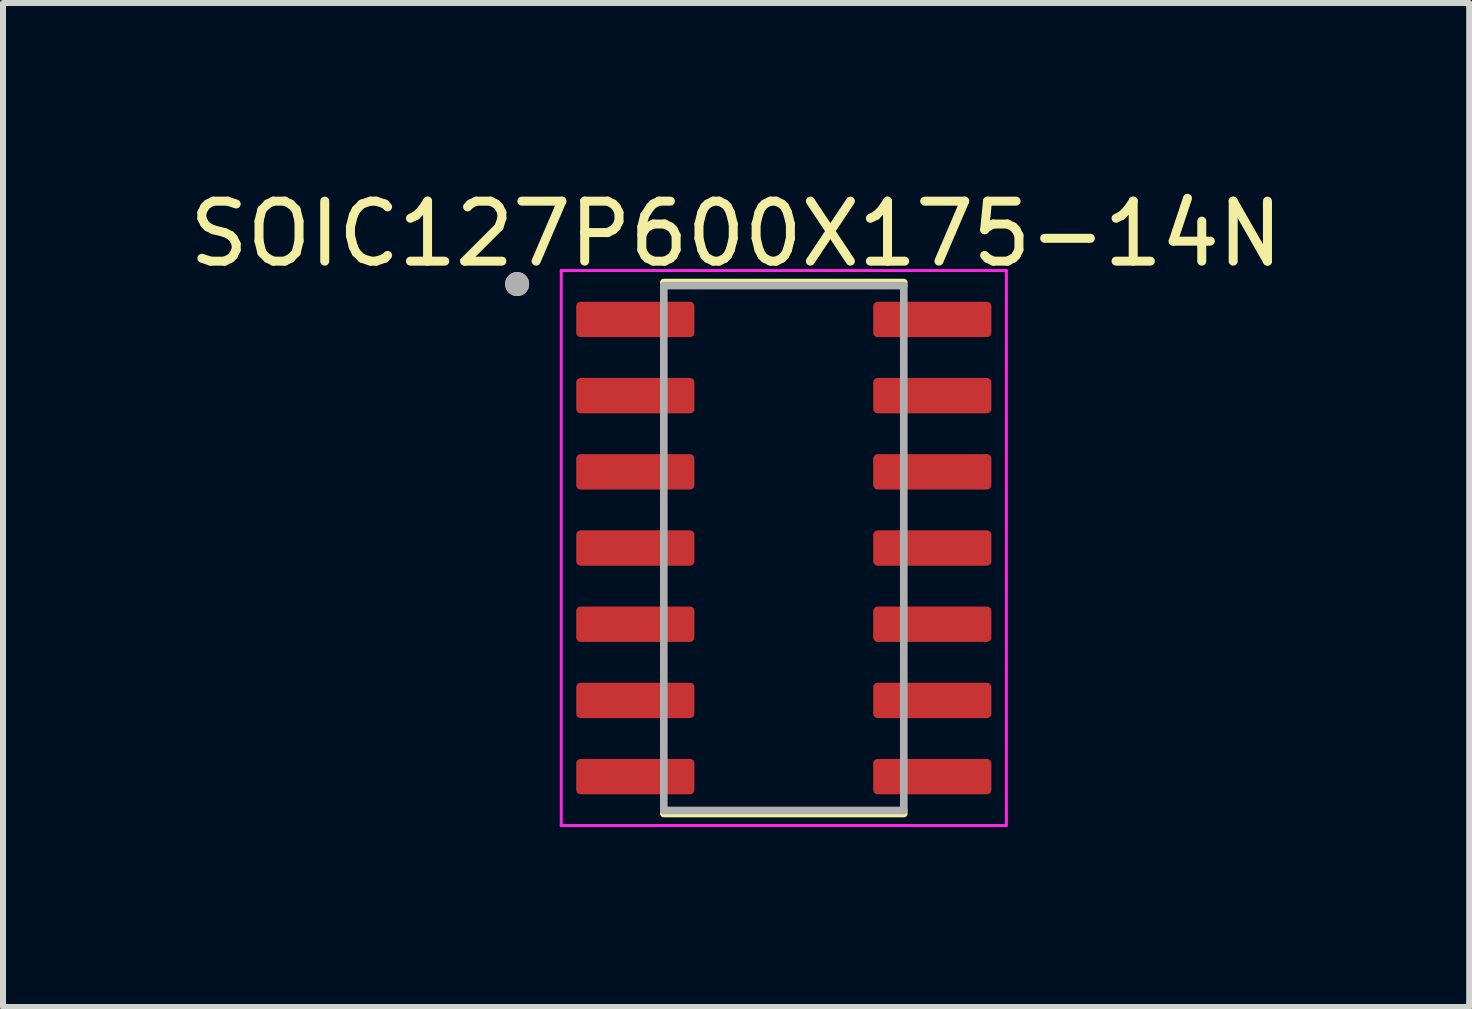
<source format=kicad_pcb>
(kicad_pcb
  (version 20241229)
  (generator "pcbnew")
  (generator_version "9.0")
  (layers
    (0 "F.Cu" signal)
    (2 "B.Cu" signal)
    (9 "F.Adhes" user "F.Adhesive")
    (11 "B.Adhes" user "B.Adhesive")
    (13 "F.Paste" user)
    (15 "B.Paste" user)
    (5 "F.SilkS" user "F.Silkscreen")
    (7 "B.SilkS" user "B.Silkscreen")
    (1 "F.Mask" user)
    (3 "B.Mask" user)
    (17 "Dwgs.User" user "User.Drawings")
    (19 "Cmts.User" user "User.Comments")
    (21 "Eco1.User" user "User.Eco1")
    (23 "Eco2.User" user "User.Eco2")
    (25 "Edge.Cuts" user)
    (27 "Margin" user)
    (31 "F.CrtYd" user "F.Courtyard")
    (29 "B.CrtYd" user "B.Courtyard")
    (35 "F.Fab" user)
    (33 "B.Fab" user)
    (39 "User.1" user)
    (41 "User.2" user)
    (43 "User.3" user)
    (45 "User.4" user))
  (footprint "SOIC127P600X175-14N"
    (layer "F.Cu")
    (at 10.015 6.085)
    (property "Reference" "SOIC127P600X175-14N" (at -0.795 -5.237 0) (layer "F.SilkS") (effects (font (size 1 1) (thickness 0.15))))
    (attr smd)
    (fp_line (start -2 -4.425) (end 2 -4.425) (stroke (width 0.127) (type solid)) (layer "F.SilkS"))
    (fp_line (start -2 4.425) (end 2 4.425) (stroke (width 0.127) (type solid)) (layer "F.SilkS"))
    (fp_circle (center -4.445 -4.4) (end -4.345 -4.4) (stroke (width 0.2) (type solid)) (fill no) (layer "F.SilkS"))
    (fp_line (start -3.71 -4.625) (end -3.71 4.625) (stroke (width 0.05) (type solid)) (layer "F.CrtYd"))
    (fp_line (start -3.71 -4.625) (end 3.71 -4.625) (stroke (width 0.05) (type solid)) (layer "F.CrtYd"))
    (fp_line (start -3.71 4.625) (end 3.71 4.625) (stroke (width 0.05) (type solid)) (layer "F.CrtYd"))
    (fp_line (start 3.71 -4.625) (end 3.71 4.625) (stroke (width 0.05) (type solid)) (layer "F.CrtYd"))
    (fp_line (start -2 -4.375) (end -2 4.375) (stroke (width 0.127) (type solid)) (layer "F.Fab"))
    (fp_line (start -2 -4.375) (end 2 -4.375) (stroke (width 0.127) (type solid)) (layer "F.Fab"))
    (fp_line (start -2 4.375) (end 2 4.375) (stroke (width 0.127) (type solid)) (layer "F.Fab"))
    (fp_line (start 2 -4.375) (end 2 4.375) (stroke (width 0.127) (type solid)) (layer "F.Fab"))
    (fp_circle (center -4.445 -4.4) (end -4.345 -4.4) (stroke (width 0.2) (type solid)) (fill no) (layer "F.Fab"))
    (pad "1" smd roundrect (at -2.475 -3.81) (size 1.97 0.59) (layers "F.Cu" "F.Mask" "F.Paste") (roundrect_rratio 0.125))
    (pad "2" smd roundrect (at -2.475 -2.54) (size 1.97 0.59) (layers "F.Cu" "F.Mask" "F.Paste") (roundrect_rratio 0.125))
    (pad "3" smd roundrect (at -2.475 -1.27) (size 1.97 0.59) (layers "F.Cu" "F.Mask" "F.Paste") (roundrect_rratio 0.125))
    (pad "4" smd roundrect (at -2.475 0) (size 1.97 0.59) (layers "F.Cu" "F.Mask" "F.Paste") (roundrect_rratio 0.125))
    (pad "5" smd roundrect (at -2.475 1.27) (size 1.97 0.59) (layers "F.Cu" "F.Mask" "F.Paste") (roundrect_rratio 0.125))
    (pad "6" smd roundrect (at -2.475 2.54) (size 1.97 0.59) (layers "F.Cu" "F.Mask" "F.Paste") (roundrect_rratio 0.125))
    (pad "7" smd roundrect (at -2.475 3.81) (size 1.97 0.59) (layers "F.Cu" "F.Mask" "F.Paste") (roundrect_rratio 0.125))
    (pad "8" smd roundrect (at 2.475 3.81) (size 1.97 0.59) (layers "F.Cu" "F.Mask" "F.Paste") (roundrect_rratio 0.125))
    (pad "9" smd roundrect (at 2.475 2.54) (size 1.97 0.59) (layers "F.Cu" "F.Mask" "F.Paste") (roundrect_rratio 0.125))
    (pad "10" smd roundrect (at 2.475 1.27) (size 1.97 0.59) (layers "F.Cu" "F.Mask" "F.Paste") (roundrect_rratio 0.125))
    (pad "11" smd roundrect (at 2.475 0) (size 1.97 0.59) (layers "F.Cu" "F.Mask" "F.Paste") (roundrect_rratio 0.125))
    (pad "12" smd roundrect (at 2.475 -1.27) (size 1.97 0.59) (layers "F.Cu" "F.Mask" "F.Paste") (roundrect_rratio 0.125))
    (pad "13" smd roundrect (at 2.475 -2.54) (size 1.97 0.59) (layers "F.Cu" "F.Mask" "F.Paste") (roundrect_rratio 0.125))
    (pad "14" smd roundrect (at 2.475 -3.81) (size 1.97 0.59) (layers "F.Cu" "F.Mask" "F.Paste") (roundrect_rratio 0.125)))
  (gr_rect
    (start -3 -3)
    (end 21.44 13.735)
    (stroke (width 0.1) (type default))
    (fill no)
    (layer "Edge.Cuts")))
</source>
